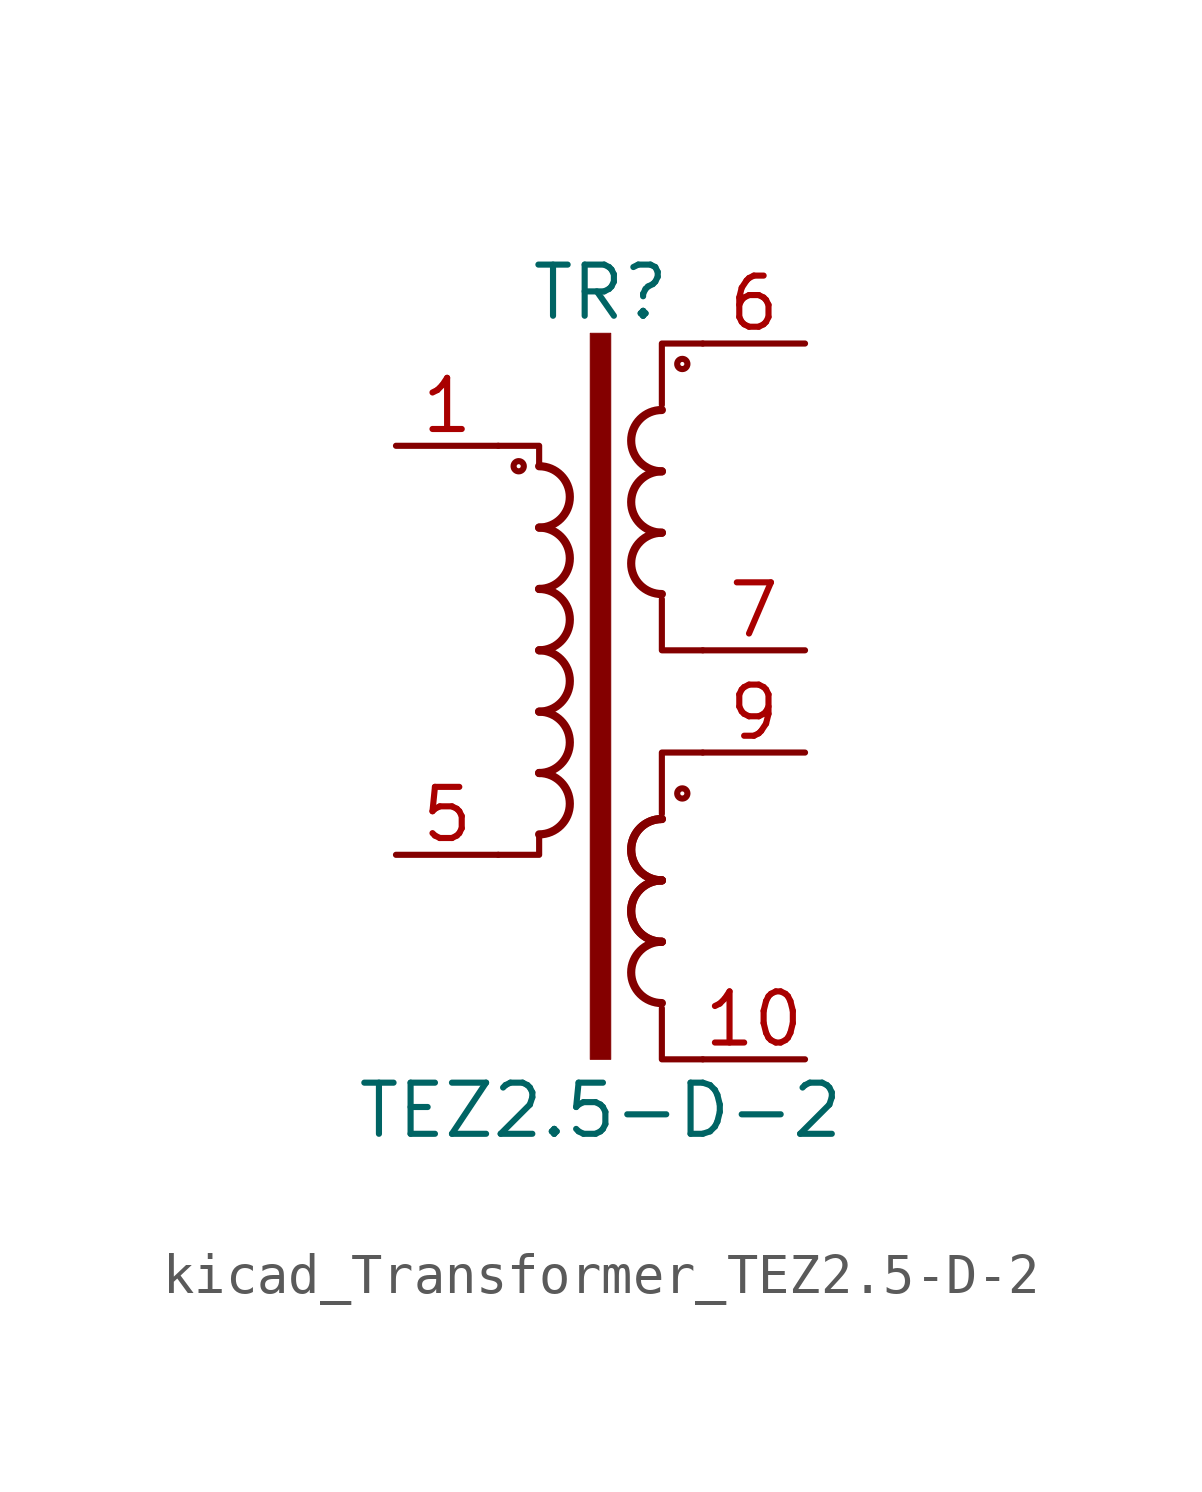
<source format=kicad_sym>
(kicad_symbol_lib
  (version 20220914)
  (generator kicad_symbol_editor)
  (symbol "kicad_Transformer_TEZ2.5-D-2"
    (pin_names
      (offset 0.025))
    (property "Reference" "TR"
      (at 0 8.89 0)
      (effects (font (size 1.27 1.27))))
    (property "Value" "TEZ2.5-D-2"
      (at 0 -11.43 0)
      (effects (font (size 1.27 1.27))))
    (symbol "kicad_Transformer_TEZ2.5-D-2_0_1"
      (circle (center -2.032 4.572) (radius 0.127) (stroke (width 0) (type default)) (fill (type none)))
      (arc (start -1.524 -4.572) (mid -0.7653 -3.81) (end -1.524 -3.048) (stroke (width 0.2032) (type default)) (fill (type none)))
      (arc (start -1.524 -3.048) (mid -0.7653 -2.286) (end -1.524 -1.524) (stroke (width 0.2032) (type default)) (fill (type none)))
      (arc (start -1.524 -1.524) (mid -0.7653 -0.762) (end -1.524 0) (stroke (width 0.2032) (type default)) (fill (type none)))
      (arc (start -1.524 0) (mid -0.7653 0.762) (end -1.524 1.524) (stroke (width 0.2032) (type default)) (fill (type none)))
      (arc (start -1.524 1.524) (mid -0.7653 2.286) (end -1.524 3.048) (stroke (width 0.2032) (type default)) (fill (type none)))
      (arc (start -1.524 3.048) (mid -0.7653 3.81) (end -1.524 4.572) (stroke (width 0.2032) (type default)) (fill (type none)))
      (rectangle (start -0.254 7.874) (end 0.254 -10.16) (stroke (width 0.025) (type default)) (fill (type outline)))
      (polyline (pts (xy -1.524 -4.572) (xy -1.524 -5.08) (xy -2.54 -5.08)) (stroke (width 0) (type default)) (fill (type none)))
      (polyline (pts (xy -1.524 4.572) (xy -1.524 5.08) (xy -2.54 5.08)) (stroke (width 0) (type default)) (fill (type none)))
      (polyline (pts (xy 1.524 -8.89) (xy 1.524 -10.16) (xy 2.54 -10.16)) (stroke (width 0) (type default)) (fill (type none)))
      (polyline (pts (xy 2.54 -2.54) (xy 1.524 -2.54) (xy 1.524 -4.064)) (stroke (width 0) (type default)) (fill (type none)))
      (polyline (pts (xy 2.54 0) (xy 1.524 0) (xy 1.524 1.27)) (stroke (width 0) (type default)) (fill (type none)))
      (polyline (pts (xy 2.54 7.62) (xy 1.524 7.62) (xy 1.524 6.096)) (stroke (width 0) (type default)) (fill (type none)))
      (arc (start 1.524 -7.239) (mid 0.7653 -8.001) (end 1.524 -8.763) (stroke (width 0.2032) (type default)) (fill (type none)))
      (arc (start 1.524 -5.715) (mid 0.7653 -6.477) (end 1.524 -7.239) (stroke (width 0.2032) (type default)) (fill (type none)))
      (arc (start 1.524 -5.715) (mid 0.7653 -6.477) (end 1.524 -7.239) (stroke (width 0.2032) (type default)) (fill (type none)))
      (arc (start 1.524 -4.191) (mid 0.7653 -4.953) (end 1.524 -5.715) (stroke (width 0.2032) (type default)) (fill (type none)))
      (arc (start 1.524 -4.191) (mid 0.7653 -4.953) (end 1.524 -5.715) (stroke (width 0.2032) (type default)) (fill (type none)))
      (arc (start 1.524 2.921) (mid 0.7653 2.159) (end 1.524 1.397) (stroke (width 0.2032) (type default)) (fill (type none)))
      (arc (start 1.524 4.445) (mid 0.7653 3.683) (end 1.524 2.921) (stroke (width 0.2032) (type default)) (fill (type none)))
      (arc (start 1.524 5.969) (mid 0.7653 5.207) (end 1.524 4.445) (stroke (width 0.2032) (type default)) (fill (type none)))
      (circle (center 2.032 -3.556) (radius 0.127) (stroke (width 0) (type default)) (fill (type none)))
      (circle (center 2.032 7.112) (radius 0.127) (stroke (width 0) (type default)) (fill (type none))))
    (symbol "kicad_Transformer_TEZ2.5-D-2_1_1"
      (pin passive line (at -5.08 5.08 0) (length 2.54) (name "~" (effects (font (size 1.27 1.27)))) (number "1" (effects (font (size 1.27 1.27)))))
      (pin passive line (at 5.08 -10.16 180) (length 2.54) (name "~" (effects (font (size 1.27 1.27)))) (number "10" (effects (font (size 1.27 1.27)))))
      (pin passive line (at -5.08 -5.08 0) (length 2.54) (name "~" (effects (font (size 1.27 1.27)))) (number "5" (effects (font (size 1.27 1.27)))))
      (pin passive line (at 5.08 7.62 180) (length 2.54) (name "~" (effects (font (size 1.27 1.27)))) (number "6" (effects (font (size 1.27 1.27)))))
      (pin passive line (at 5.08 0 180) (length 2.54) (name "~" (effects (font (size 1.27 1.27)))) (number "7" (effects (font (size 1.27 1.27)))))
      (pin passive line (at 5.08 -2.54 180) (length 2.54) (name "~" (effects (font (size 1.27 1.27)))) (number "9" (effects (font (size 1.27 1.27))))))))
</source>
